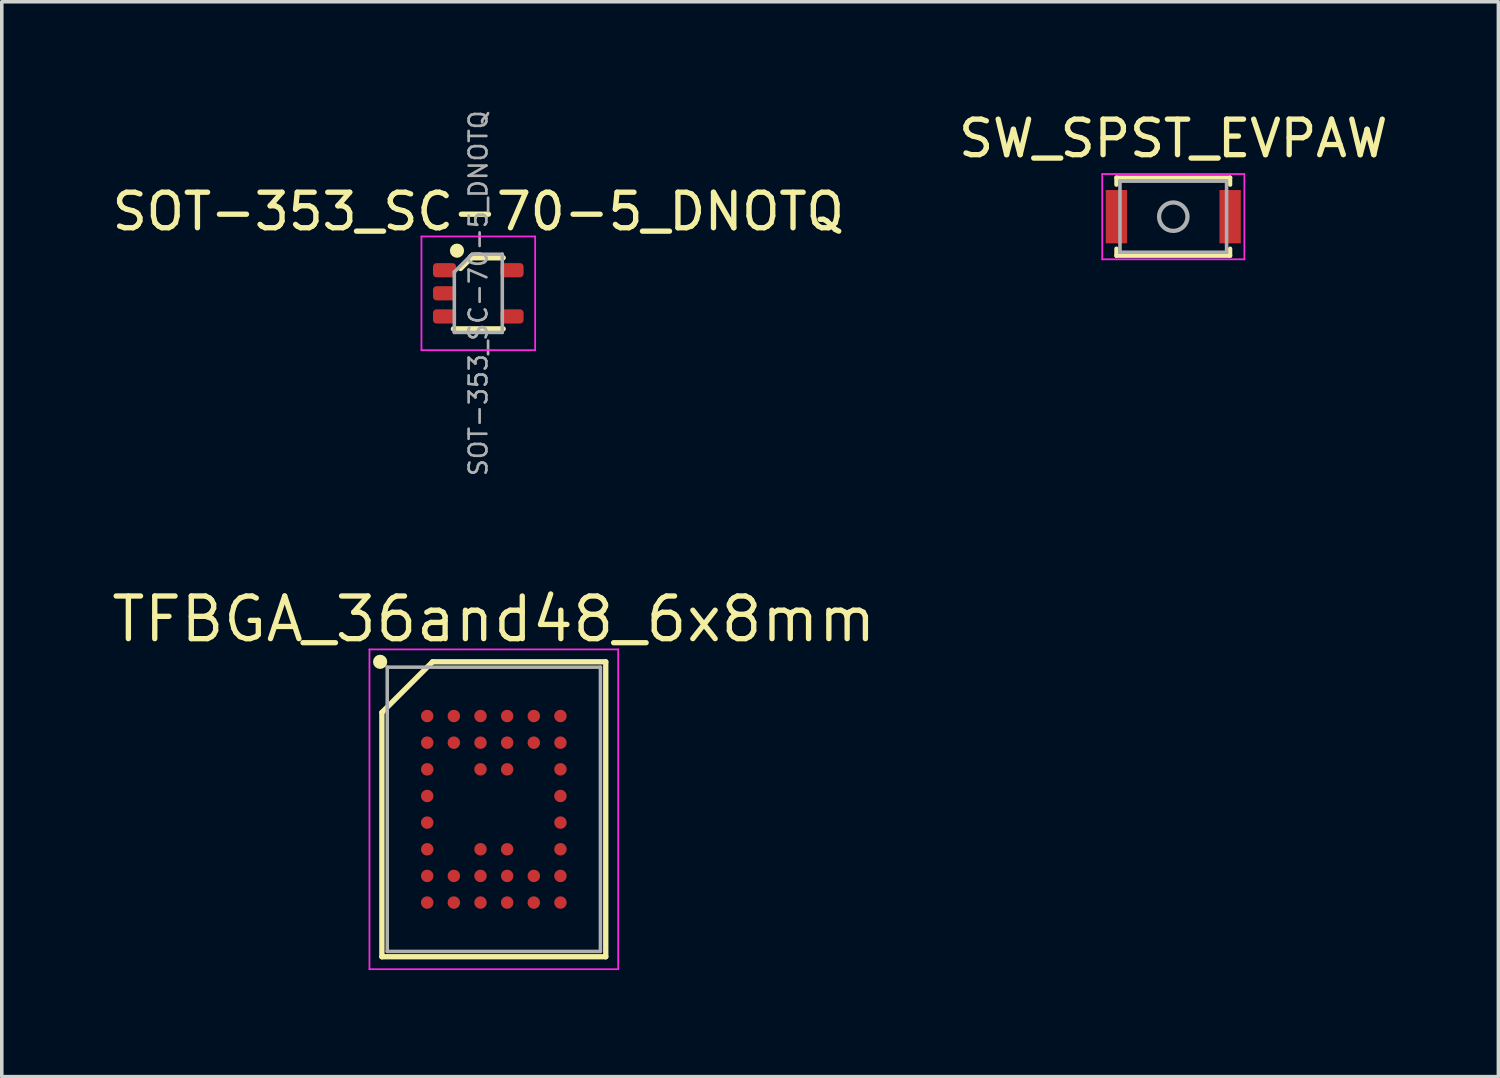
<source format=kicad_pcb>
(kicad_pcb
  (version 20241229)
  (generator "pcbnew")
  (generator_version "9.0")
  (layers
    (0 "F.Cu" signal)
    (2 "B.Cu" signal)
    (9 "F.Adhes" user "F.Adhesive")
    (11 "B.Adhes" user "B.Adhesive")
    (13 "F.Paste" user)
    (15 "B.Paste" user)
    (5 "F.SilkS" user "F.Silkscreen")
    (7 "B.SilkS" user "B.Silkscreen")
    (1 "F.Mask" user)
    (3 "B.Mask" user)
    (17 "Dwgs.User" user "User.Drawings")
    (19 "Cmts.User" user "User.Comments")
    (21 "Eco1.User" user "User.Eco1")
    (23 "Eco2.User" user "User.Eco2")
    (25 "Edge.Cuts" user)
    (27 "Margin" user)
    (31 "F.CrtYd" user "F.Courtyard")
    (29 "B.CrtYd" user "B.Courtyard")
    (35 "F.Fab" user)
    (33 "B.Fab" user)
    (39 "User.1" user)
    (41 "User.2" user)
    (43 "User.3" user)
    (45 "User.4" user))
  (footprint "TFBGA_36and48_6x8mm"
    (layer "F.Cu")
    (at 10.848 19.726)
    (property "Reference" "TFBGA_36and48_6x8mm" (at 0 -5.35 0) (layer "F.SilkS") (effects (font (size 1.2 1.2) (thickness 0.15))))
    (attr smd)
    (fp_line (start -3.15 -2.725) (end -3.15 4.15) (stroke (width 0.15) (type solid)) (layer "F.SilkS"))
    (fp_line (start -3.15 4.15) (end 3.15 4.15) (stroke (width 0.15) (type solid)) (layer "F.SilkS"))
    (fp_line (start -1.725 -4.15) (end -3.15 -2.725) (stroke (width 0.15) (type solid)) (layer "F.SilkS"))
    (fp_line (start 3.15 -4.15) (end -1.725 -4.15) (stroke (width 0.15) (type solid)) (layer "F.SilkS"))
    (fp_line (start 3.15 4.15) (end 3.15 -4.15) (stroke (width 0.15) (type solid)) (layer "F.SilkS"))
    (fp_circle (center -3.2 -4.15) (end -3.1 -4.15) (stroke (width 0.2) (type solid)) (fill no) (layer "F.SilkS"))
    (fp_line (start -3.5 -4.5) (end 3.5 -4.5) (stroke (width 0.05) (type solid)) (layer "F.CrtYd"))
    (fp_line (start -3.5 4.5) (end -3.5 -4.5) (stroke (width 0.05) (type solid)) (layer "F.CrtYd"))
    (fp_line (start 3.5 -4.5) (end 3.5 4.5) (stroke (width 0.05) (type solid)) (layer "F.CrtYd"))
    (fp_line (start 3.5 4.5) (end -3.5 4.5) (stroke (width 0.05) (type solid)) (layer "F.CrtYd"))
    (fp_line (start -3 -4) (end -3 4) (stroke (width 0.1) (type solid)) (layer "F.Fab"))
    (fp_line (start -3 4) (end 3 4) (stroke (width 0.1) (type solid)) (layer "F.Fab"))
    (fp_line (start 3 -4) (end -3 -4) (stroke (width 0.1) (type solid)) (layer "F.Fab"))
    (fp_line (start 3 4) (end 3 -4) (stroke (width 0.1) (type solid)) (layer "F.Fab"))
    (pad "A1" smd circle (at -1.875 -2.625) (size 0.35 0.35) (layers "F.Cu" "F.Mask" "F.Paste"))
    (pad "A2" smd circle (at -1.125 -2.625) (size 0.35 0.35) (layers "F.Cu" "F.Mask" "F.Paste"))
    (pad "A3" smd circle (at -0.375 -2.625) (size 0.35 0.35) (layers "F.Cu" "F.Mask" "F.Paste"))
    (pad "A4" smd circle (at 0.375 -2.625) (size 0.35 0.35) (layers "F.Cu" "F.Mask" "F.Paste"))
    (pad "A5" smd circle (at 1.125 -2.625) (size 0.35 0.35) (layers "F.Cu" "F.Mask" "F.Paste"))
    (pad "A6" smd circle (at 1.875 -2.625) (size 0.35 0.35) (layers "F.Cu" "F.Mask" "F.Paste"))
    (pad "B1" smd circle (at -1.875 -1.875) (size 0.35 0.35) (layers "F.Cu" "F.Mask" "F.Paste"))
    (pad "B2" smd circle (at -1.125 -1.875) (size 0.35 0.35) (layers "F.Cu" "F.Mask" "F.Paste"))
    (pad "B3" smd circle (at -0.375 -1.875) (size 0.35 0.35) (layers "F.Cu" "F.Mask" "F.Paste"))
    (pad "B4" smd circle (at 0.375 -1.875) (size 0.35 0.35) (layers "F.Cu" "F.Mask" "F.Paste"))
    (pad "B5" smd circle (at 1.125 -1.875) (size 0.35 0.35) (layers "F.Cu" "F.Mask" "F.Paste"))
    (pad "B6" smd circle (at 1.875 -1.875) (size 0.35 0.35) (layers "F.Cu" "F.Mask" "F.Paste"))
    (pad "C1" smd circle (at -1.875 -1.125) (size 0.35 0.35) (layers "F.Cu" "F.Mask" "F.Paste"))
    (pad "C3" smd circle (at -0.375 -1.125) (size 0.35 0.35) (layers "F.Cu" "F.Mask" "F.Paste"))
    (pad "C4" smd circle (at 0.375 -1.125) (size 0.35 0.35) (layers "F.Cu" "F.Mask" "F.Paste"))
    (pad "C6" smd circle (at 1.875 -1.125) (size 0.35 0.35) (layers "F.Cu" "F.Mask" "F.Paste"))
    (pad "D1" smd circle (at -1.875 -0.375) (size 0.35 0.35) (layers "F.Cu" "F.Mask" "F.Paste"))
    (pad "D6" smd circle (at 1.875 -0.375) (size 0.35 0.35) (layers "F.Cu" "F.Mask" "F.Paste"))
    (pad "E1" smd circle (at -1.875 0.375) (size 0.35 0.35) (layers "F.Cu" "F.Mask" "F.Paste"))
    (pad "E6" smd circle (at 1.875 0.375) (size 0.35 0.35) (layers "F.Cu" "F.Mask" "F.Paste"))
    (pad "F1" smd circle (at -1.875 1.125) (size 0.35 0.35) (layers "F.Cu" "F.Mask" "F.Paste"))
    (pad "F3" smd circle (at -0.375 1.125) (size 0.35 0.35) (layers "F.Cu" "F.Mask" "F.Paste"))
    (pad "F4" smd circle (at 0.375 1.125) (size 0.35 0.35) (layers "F.Cu" "F.Mask" "F.Paste"))
    (pad "F6" smd circle (at 1.875 1.125) (size 0.35 0.35) (layers "F.Cu" "F.Mask" "F.Paste"))
    (pad "G1" smd circle (at -1.875 1.875) (size 0.35 0.35) (layers "F.Cu" "F.Mask" "F.Paste"))
    (pad "G2" smd circle (at -1.125 1.875) (size 0.35 0.35) (layers "F.Cu" "F.Mask" "F.Paste"))
    (pad "G3" smd circle (at -0.375 1.875) (size 0.35 0.35) (layers "F.Cu" "F.Mask" "F.Paste"))
    (pad "G4" smd circle (at 0.375 1.875) (size 0.35 0.35) (layers "F.Cu" "F.Mask" "F.Paste"))
    (pad "G5" smd circle (at 1.125 1.875) (size 0.35 0.35) (layers "F.Cu" "F.Mask" "F.Paste"))
    (pad "G6" smd circle (at 1.875 1.875) (size 0.35 0.35) (layers "F.Cu" "F.Mask" "F.Paste"))
    (pad "H1" smd circle (at -1.875 2.625) (size 0.35 0.35) (layers "F.Cu" "F.Mask" "F.Paste"))
    (pad "H2" smd circle (at -1.125 2.625) (size 0.35 0.35) (layers "F.Cu" "F.Mask" "F.Paste"))
    (pad "H3" smd circle (at -0.375 2.625) (size 0.35 0.35) (layers "F.Cu" "F.Mask" "F.Paste"))
    (pad "H4" smd circle (at 0.375 2.625) (size 0.35 0.35) (layers "F.Cu" "F.Mask" "F.Paste"))
    (pad "H5" smd circle (at 1.125 2.625) (size 0.35 0.35) (layers "F.Cu" "F.Mask" "F.Paste"))
    (pad "H6" smd circle (at 1.875 2.625) (size 0.35 0.35) (layers "F.Cu" "F.Mask" "F.Paste")))
  (footprint "SW_SPST_EVPAW"
    (layer "F.Cu")
    (at 29.97 3.048)
    (property "Reference" "SW_SPST_EVPAW" (at 0 -2.2 0) (layer "F.SilkS") (effects (font (size 1 1) (thickness 0.15))))
    (attr smd)
    (fp_line (start -1.6 -1.1) (end -1.6 -0.9) (stroke (width 0.12) (type solid)) (layer "F.SilkS"))
    (fp_line (start -1.6 0.9) (end -1.6 1.1) (stroke (width 0.12) (type solid)) (layer "F.SilkS"))
    (fp_line (start -1.6 1.1) (end 1.6 1.1) (stroke (width 0.12) (type solid)) (layer "F.SilkS"))
    (fp_line (start 1.6 -1.1) (end -1.6 -1.1) (stroke (width 0.12) (type solid)) (layer "F.SilkS"))
    (fp_line (start 1.6 -1.1) (end 1.6 -0.9) (stroke (width 0.12) (type solid)) (layer "F.SilkS"))
    (fp_line (start 1.6 1.1) (end 1.6 0.9) (stroke (width 0.12) (type solid)) (layer "F.SilkS"))
    (fp_line (start -2 -1.2) (end 2 -1.2) (stroke (width 0.05) (type solid)) (layer "F.CrtYd"))
    (fp_line (start -2 1.2) (end -2 -1.2) (stroke (width 0.05) (type solid)) (layer "F.CrtYd"))
    (fp_line (start 2 -1.2) (end 2 1.2) (stroke (width 0.05) (type solid)) (layer "F.CrtYd"))
    (fp_line (start 2 1.2) (end -2 1.2) (stroke (width 0.05) (type solid)) (layer "F.CrtYd"))
    (fp_line (start -1.5 -1) (end 1.5 -1) (stroke (width 0.1) (type solid)) (layer "F.Fab"))
    (fp_line (start -1.5 1) (end -1.5 -1) (stroke (width 0.1) (type solid)) (layer "F.Fab"))
    (fp_line (start 1.5 -1) (end 1.5 1) (stroke (width 0.1) (type solid)) (layer "F.Fab"))
    (fp_line (start 1.5 1) (end -1.5 1) (stroke (width 0.1) (type solid)) (layer "F.Fab"))
    (fp_circle (center 0 0) (end 0.4 0) (stroke (width 0.12) (type solid)) (fill no) (layer "F.Fab"))
    (pad "1" smd rect (at -1.6 0) (size 0.6 1.5) (layers "F.Cu" "F.Mask" "F.Paste"))
    (pad "2" smd rect (at 1.6 0) (size 0.6 1.5) (layers "F.Cu" "F.Mask" "F.Paste")))
  (footprint "SOT-353_SC-70-5_DNOTQ"
    (layer "F.Cu")
    (at 10.411 5.205)
    (property "Reference" "SOT-353_SC-70-5_DNOTQ" (at 0 -2.3 0) (layer "F.SilkS") (effects (font (size 1 1) (thickness 0.15))))
    (attr smd)
    (fp_line (start -0.7 1) (end 0.7 1) (stroke (width 0.15) (type solid)) (layer "F.SilkS"))
    (fp_line (start -0.2 -1) (end -0.5 -0.7) (stroke (width 0.15) (type solid)) (layer "F.SilkS"))
    (fp_line (start 0.7 -1) (end -0.2 -1) (stroke (width 0.15) (type solid)) (layer "F.SilkS"))
    (fp_circle (center -0.6 -1.2) (end -0.7 -1.2) (stroke (width 0.2) (type solid)) (fill no) (layer "F.SilkS"))
    (fp_line (start -1.6 -1.6) (end -1.6 1.6) (stroke (width 0.05) (type solid)) (layer "F.CrtYd"))
    (fp_line (start -1.6 -1.6) (end 1.6 -1.6) (stroke (width 0.05) (type solid)) (layer "F.CrtYd"))
    (fp_line (start -1.6 1.6) (end 1.6 1.6) (stroke (width 0.05) (type solid)) (layer "F.CrtYd"))
    (fp_line (start 1.6 1.6) (end 1.6 -1.6) (stroke (width 0.05) (type solid)) (layer "F.CrtYd"))
    (fp_line (start -0.675 -0.6) (end -0.675 1.1) (stroke (width 0.1) (type solid)) (layer "F.Fab"))
    (fp_line (start -0.175 -1.1) (end -0.675 -0.6) (stroke (width 0.1) (type solid)) (layer "F.Fab"))
    (fp_line (start 0.675 -1.1) (end -0.175 -1.1) (stroke (width 0.1) (type solid)) (layer "F.Fab"))
    (fp_line (start 0.675 -1.1) (end 0.675 1.1) (stroke (width 0.1) (type solid)) (layer "F.Fab"))
    (fp_line (start 0.675 1.1) (end -0.675 1.1) (stroke (width 0.1) (type solid)) (layer "F.Fab"))
    (fp_text user "${REFERENCE}" (at 0 0 90) (layer "F.Fab") (effects (font (size 0.5 0.5) (thickness 0.075))))
    (pad "1" smd roundrect (at -0.95 -0.65) (size 0.65 0.4) (layers "F.Cu" "F.Mask" "F.Paste") (roundrect_rratio 0.25))
    (pad "2" smd roundrect (at -0.95 0) (size 0.65 0.4) (layers "F.Cu" "F.Mask" "F.Paste") (roundrect_rratio 0.25))
    (pad "3" smd roundrect (at -0.95 0.65) (size 0.65 0.4) (layers "F.Cu" "F.Mask" "F.Paste") (roundrect_rratio 0.25))
    (pad "4" smd roundrect (at 0.95 0.65) (size 0.65 0.4) (layers "F.Cu" "F.Mask" "F.Paste") (roundrect_rratio 0.25))
    (pad "5" smd roundrect (at 0.95 -0.65) (size 0.65 0.4) (layers "F.Cu" "F.Mask" "F.Paste") (roundrect_rratio 0.25)))
  (gr_rect
    (start -3 -3)
    (end 39.119 27.251)
    (stroke (width 0.1) (type default))
    (fill no)
    (layer "Edge.Cuts")))
</source>
